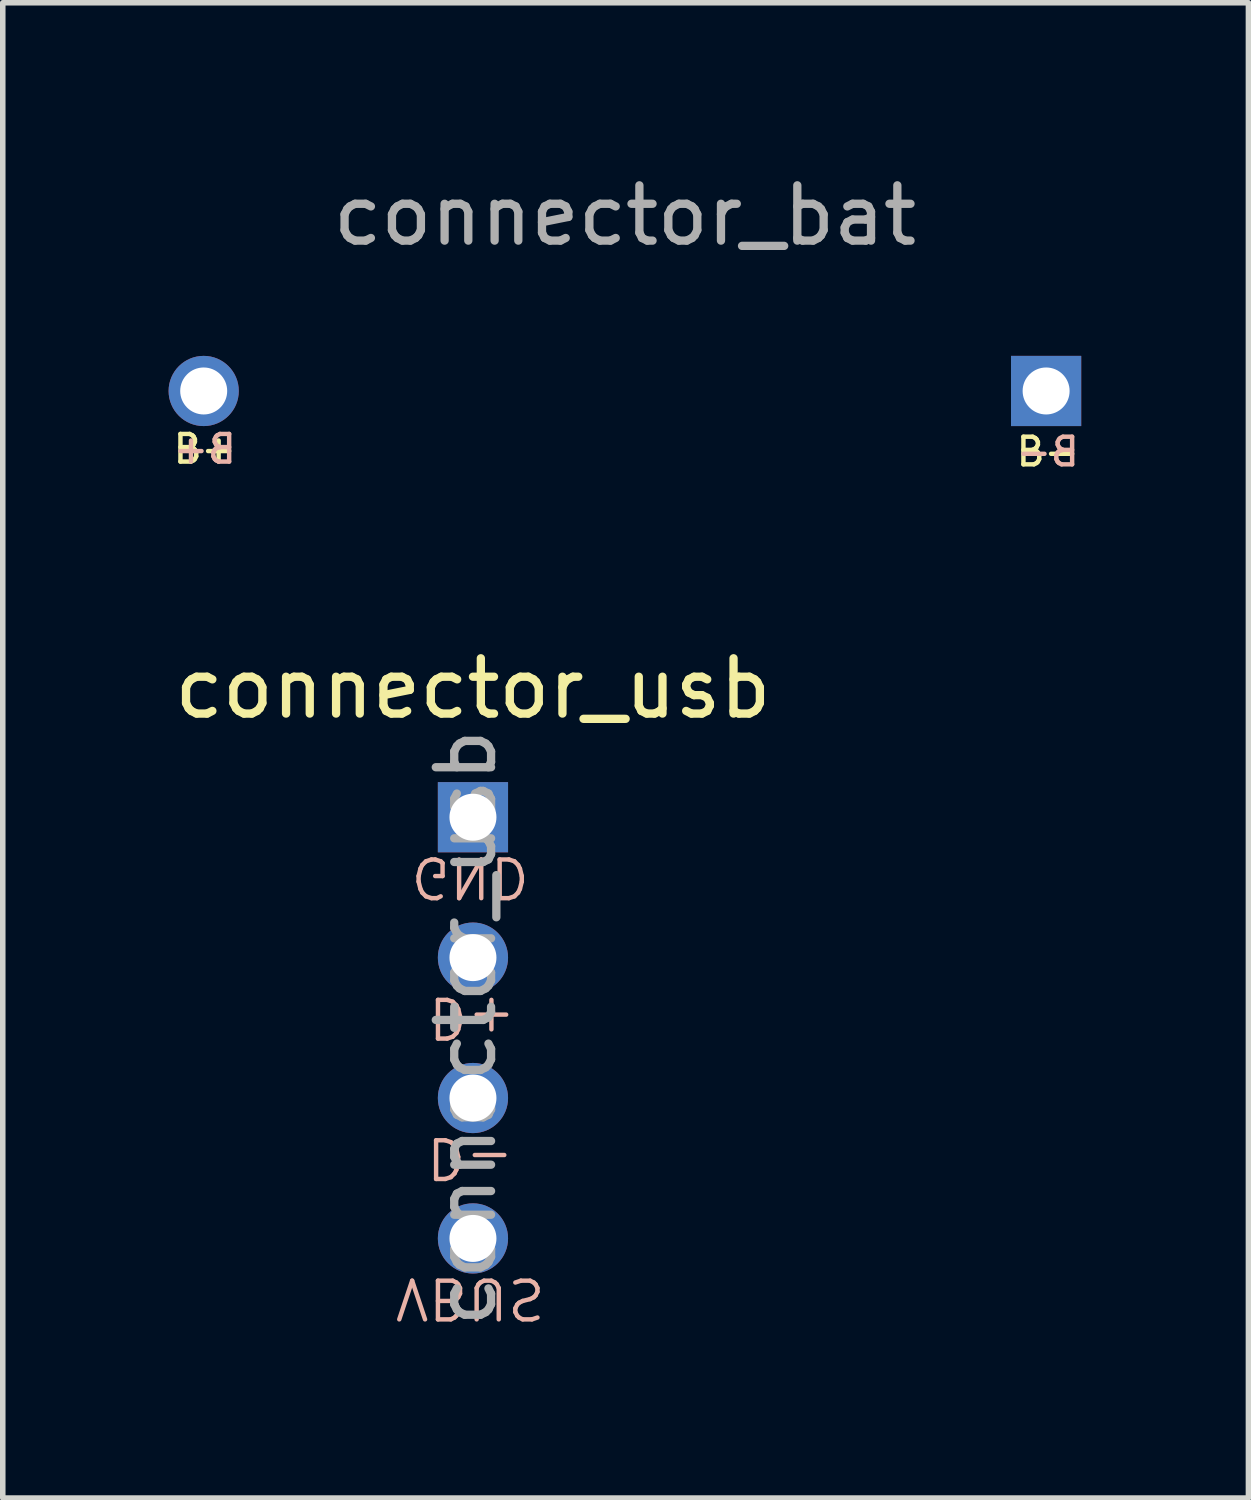
<source format=kicad_pcb>
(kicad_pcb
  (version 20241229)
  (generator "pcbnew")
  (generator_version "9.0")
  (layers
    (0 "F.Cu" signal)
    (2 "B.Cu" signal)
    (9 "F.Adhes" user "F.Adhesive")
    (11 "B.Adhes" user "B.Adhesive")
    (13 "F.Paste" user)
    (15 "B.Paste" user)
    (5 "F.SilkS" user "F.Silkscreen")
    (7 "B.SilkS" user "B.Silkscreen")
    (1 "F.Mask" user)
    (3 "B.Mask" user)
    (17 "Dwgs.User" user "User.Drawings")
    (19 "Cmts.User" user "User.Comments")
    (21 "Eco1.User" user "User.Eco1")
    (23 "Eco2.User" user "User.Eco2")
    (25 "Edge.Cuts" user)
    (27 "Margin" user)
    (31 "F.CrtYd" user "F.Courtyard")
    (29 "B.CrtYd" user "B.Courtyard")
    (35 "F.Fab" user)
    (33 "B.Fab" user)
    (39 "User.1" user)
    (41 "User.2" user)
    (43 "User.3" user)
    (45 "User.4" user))
  (footprint "connector_usb"
    (layer "F.Cu")
    (at 5.506 11.734)
    (property "Reference" "connector_usb" (at 0 -2.33 0) (layer "F.SilkS") (effects (font (size 1 1) (thickness 0.15))))
    (attr through_hole)
    (fp_text user "VBUS" (at -0.05 8.704 180) (unlocked yes) (layer "B.SilkS") (effects (font (size 0.7 0.7) (thickness 0.08)) (justify mirror)))
    (fp_text user "D-" (at -0.05 6.164 180) (unlocked yes) (layer "B.SilkS") (effects (font (size 0.7 0.7) (thickness 0.08)) (justify mirror)))
    (fp_text user "D+" (at -0.016 3.624 180) (unlocked yes) (layer "B.SilkS") (effects (font (size 0.7 0.7) (thickness 0.08)) (justify mirror)))
    (fp_text user "GND" (at -0.05 1.084 180) (unlocked yes) (layer "B.SilkS") (effects (font (size 0.7 0.7) (thickness 0.08)) (justify mirror)))
    (fp_text user "${REFERENCE}" (at -0.127 3.81 90) (layer "F.Fab") (effects (font (size 1 1) (thickness 0.15))))
    (pad "1" thru_hole rect (at 0 0) (size 1.27 1.27) (drill 0.85) (layers "*.Cu" "*.Mask"))
    (pad "2" thru_hole oval (at 0 2.54) (size 1.27 1.27) (drill 0.85) (layers "*.Cu" "*.Mask"))
    (pad "3" thru_hole oval (at 0 5.08) (size 1.27 1.27) (drill 0.85) (layers "*.Cu" "*.Mask"))
    (pad "4" thru_hole oval (at 0 7.62) (size 1.27 1.27) (drill 0.85) (layers "*.Cu" "*.Mask")))
  (footprint "connector_bat"
    (layer "F.Cu")
    (at 8.255 4.023)
    (property "Reference" "connector_bat" (at 0 -3.175 0) (layer "F.Fab") (effects (font (size 1 1) (thickness 0.15))))
    (attr through_hole)
    (fp_text user "B+" (at -7.6 1.05 0) (layer "F.SilkS") (effects (font (size 0.5 0.5) (thickness 0.08))))
    (fp_text user "B-" (at 7.65 1.1 180) (layer "F.SilkS") (effects (font (size 0.5 0.5) (thickness 0.08))))
    (fp_text user "B+" (at -7.6 1.05 0) (layer "B.SilkS") (effects (font (size 0.5 0.5) (thickness 0.08)) (justify mirror)))
    (fp_text user "B-" (at 7.65 1.1 180) (layer "B.SilkS") (effects (font (size 0.5 0.5) (thickness 0.08)) (justify mirror)))
    (pad "1" thru_hole circle (at -7.62 0 90) (size 1.27 1.27) (drill 0.85) (layers "*.Cu" "*.Mask"))
    (pad "2" thru_hole rect (at 7.62 0) (size 1.27 1.27) (drill 0.85) (layers "*.Cu" "*.Mask")))
  (gr_rect
    (start -3 -3)
    (end 19.535 24.05)
    (stroke (width 0.1) (type default))
    (fill no)
    (layer "Edge.Cuts")))
</source>
